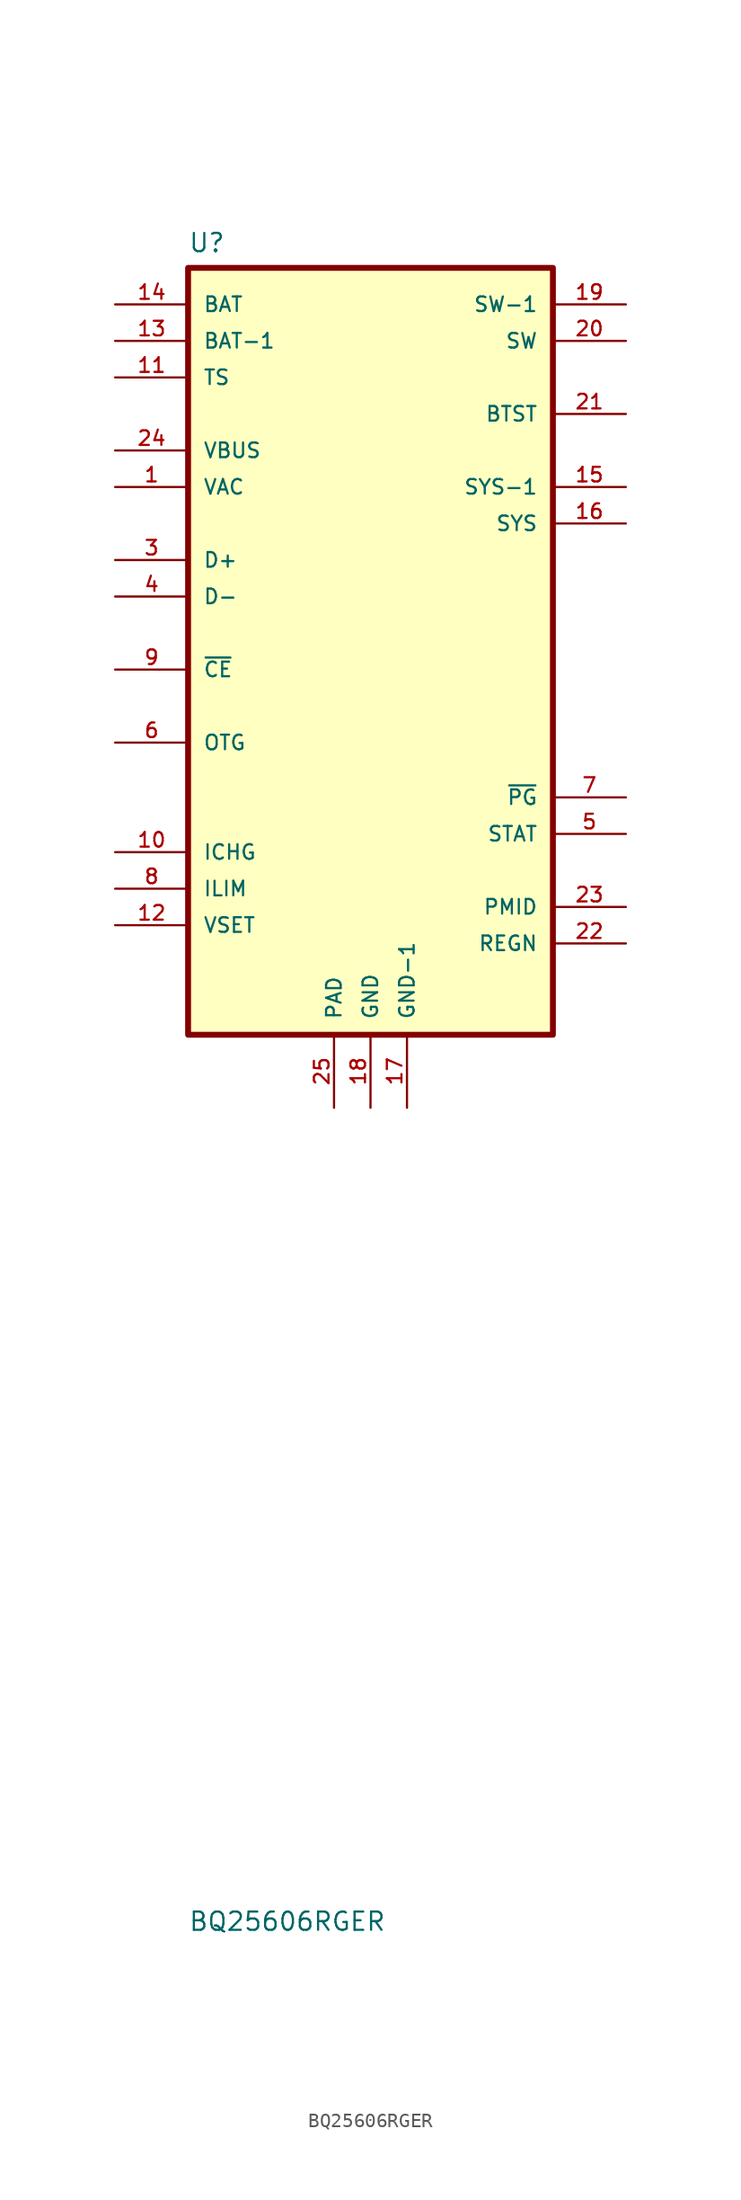
<source format=kicad_sym>
(kicad_symbol_lib
  (version 20231120)
  (generator "kicad_symbol_editor")
  (generator_version "8.0")
  (symbol "BQ25606RGER"
    (pin_names
      (offset 1.016))
    (property "Reference" "U"
      (at -12.7 56.88 0)
      (effects (font (size 1.27 1.27)) (justify left bottom)))
    (property "Value" "BQ25606RGER"
      (at -12.7 -59.88 0)
      (effects (font (size 1.27 1.27)) (justify left bottom)))
    (symbol "BQ25606RGER_0_0"
      (rectangle (start -12.7 55.88) (end 12.7 2.54) (stroke (width 0.41) (type default)) (fill (type background)))
      (pin bidirectional line (at -17.78 40.64 0) (length 5.08) (name "VAC" (effects (font (size 1.016 1.016)))) (number "1" (effects (font (size 1.016 1.016)))))
      (pin bidirectional line (at -17.78 15.24 0) (length 5.08) (name "ICHG" (effects (font (size 1.016 1.016)))) (number "10" (effects (font (size 1.016 1.016)))))
      (pin bidirectional line (at -17.78 48.26 0) (length 5.08) (name "TS" (effects (font (size 1.016 1.016)))) (number "11" (effects (font (size 1.016 1.016)))))
      (pin bidirectional line (at -17.78 10.16 0) (length 5.08) (name "VSET" (effects (font (size 1.016 1.016)))) (number "12" (effects (font (size 1.016 1.016)))))
      (pin bidirectional line (at -17.78 50.8 0) (length 5.08) (name "BAT-1" (effects (font (size 1.016 1.016)))) (number "13" (effects (font (size 1.016 1.016)))))
      (pin bidirectional line (at -17.78 53.34 0) (length 5.08) (name "BAT" (effects (font (size 1.016 1.016)))) (number "14" (effects (font (size 1.016 1.016)))))
      (pin bidirectional line (at 17.78 40.64 180) (length 5.08) (name "SYS-1" (effects (font (size 1.016 1.016)))) (number "15" (effects (font (size 1.016 1.016)))))
      (pin bidirectional line (at 17.78 38.1 180) (length 5.08) (name "SYS" (effects (font (size 1.016 1.016)))) (number "16" (effects (font (size 1.016 1.016)))))
      (pin power_in line (at 2.54 -2.54 90) (length 5.08) (name "GND-1" (effects (font (size 1.016 1.016)))) (number "17" (effects (font (size 1.016 1.016)))))
      (pin power_in line (at 0 -2.54 90) (length 5.08) (name "GND" (effects (font (size 1.016 1.016)))) (number "18" (effects (font (size 1.016 1.016)))))
      (pin bidirectional line (at 17.78 53.34 180) (length 5.08) (name "SW-1" (effects (font (size 1.016 1.016)))) (number "19" (effects (font (size 1.016 1.016)))))
      (pin bidirectional line (at 17.78 50.8 180) (length 5.08) (name "SW" (effects (font (size 1.016 1.016)))) (number "20" (effects (font (size 1.016 1.016)))))
      (pin bidirectional line (at 17.78 45.72 180) (length 5.08) (name "BTST" (effects (font (size 1.016 1.016)))) (number "21" (effects (font (size 1.016 1.016)))))
      (pin bidirectional line (at 17.78 8.89 180) (length 5.08) (name "REGN" (effects (font (size 1.016 1.016)))) (number "22" (effects (font (size 1.016 1.016)))))
      (pin bidirectional line (at 17.78 11.43 180) (length 5.08) (name "PMID" (effects (font (size 1.016 1.016)))) (number "23" (effects (font (size 1.016 1.016)))))
      (pin bidirectional line (at -17.78 43.18 0) (length 5.08) (name "VBUS" (effects (font (size 1.016 1.016)))) (number "24" (effects (font (size 1.016 1.016)))))
      (pin bidirectional line (at -17.78 35.56 0) (length 5.08) (name "D+" (effects (font (size 1.016 1.016)))) (number "3" (effects (font (size 1.016 1.016)))))
      (pin bidirectional line (at -17.78 33.02 0) (length 5.08) (name "D-" (effects (font (size 1.016 1.016)))) (number "4" (effects (font (size 1.016 1.016)))))
      (pin bidirectional line (at 17.78 16.51 180) (length 5.08) (name "STAT" (effects (font (size 1.016 1.016)))) (number "5" (effects (font (size 1.016 1.016)))))
      (pin bidirectional line (at -17.78 22.86 0) (length 5.08) (name "OTG" (effects (font (size 1.016 1.016)))) (number "6" (effects (font (size 1.016 1.016)))))
      (pin bidirectional line (at 17.78 19.05 180) (length 5.08) (name "~{PG}" (effects (font (size 1.016 1.016)))) (number "7" (effects (font (size 1.016 1.016)))))
      (pin bidirectional line (at -17.78 12.7 0) (length 5.08) (name "ILIM" (effects (font (size 1.016 1.016)))) (number "8" (effects (font (size 1.016 1.016)))))
      (pin bidirectional line (at -17.78 27.94 0) (length 5.08) (name "~{CE}" (effects (font (size 1.016 1.016)))) (number "9" (effects (font (size 1.016 1.016))))))
    (symbol "BQ25606RGER_1_0"
      (pin power_in line (at -2.54 -2.54 90) (length 5.08) (name "PAD" (effects (font (size 1.016 1.016)))) (number "25" (effects (font (size 1.016 1.016))))))))
</source>
